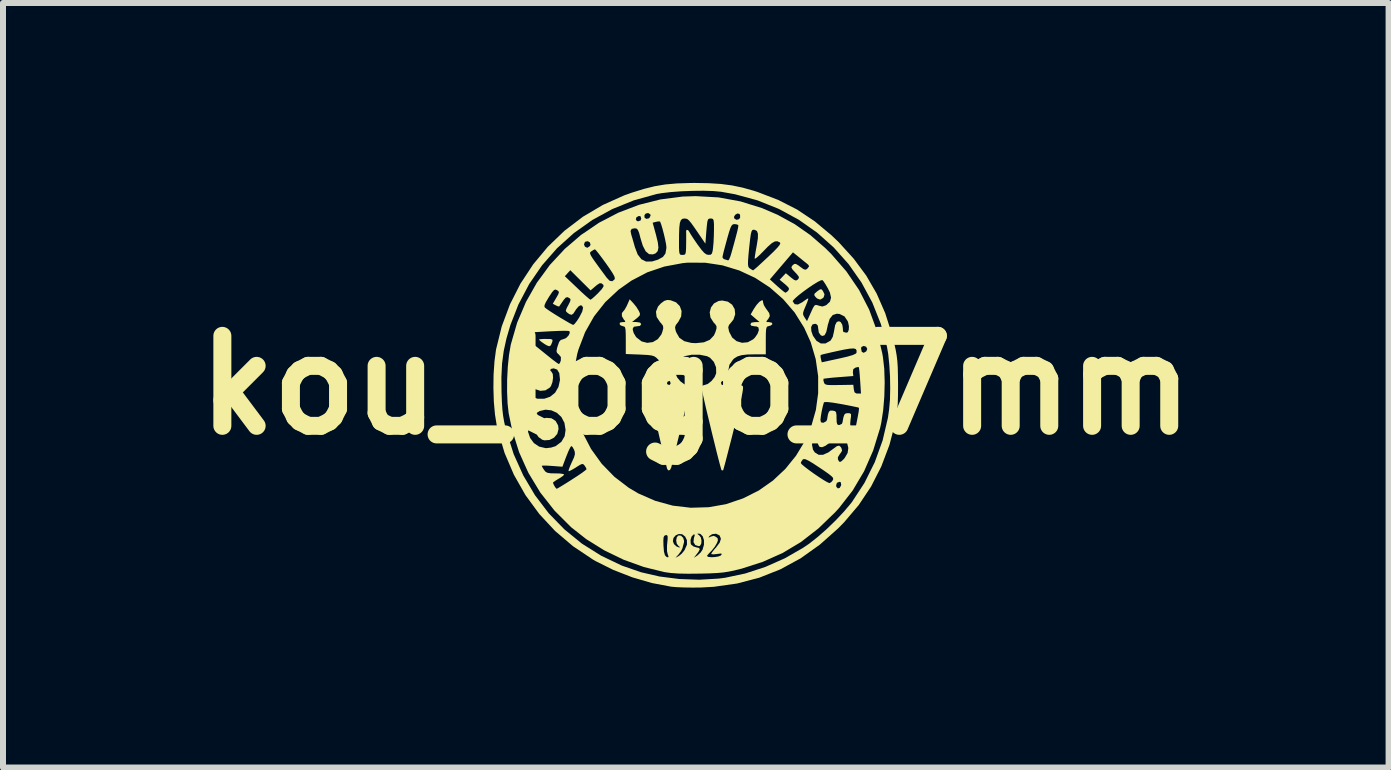
<source format=kicad_pcb>
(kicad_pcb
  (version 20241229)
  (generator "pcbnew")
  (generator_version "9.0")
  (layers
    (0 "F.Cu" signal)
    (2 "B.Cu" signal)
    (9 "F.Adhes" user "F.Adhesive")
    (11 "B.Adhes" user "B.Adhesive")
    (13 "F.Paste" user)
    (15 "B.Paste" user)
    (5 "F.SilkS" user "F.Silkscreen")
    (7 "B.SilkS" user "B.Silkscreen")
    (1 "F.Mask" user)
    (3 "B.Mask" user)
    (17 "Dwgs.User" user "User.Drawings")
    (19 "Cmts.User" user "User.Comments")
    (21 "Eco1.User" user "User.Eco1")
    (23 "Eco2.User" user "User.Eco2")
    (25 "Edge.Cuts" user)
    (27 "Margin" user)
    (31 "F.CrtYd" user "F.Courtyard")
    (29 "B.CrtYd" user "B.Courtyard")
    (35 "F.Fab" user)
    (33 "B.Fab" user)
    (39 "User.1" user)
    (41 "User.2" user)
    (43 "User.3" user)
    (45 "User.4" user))
  (footprint "kou_logo_7mm"
    (layer "F.Cu")
    (at 8.55 3.371)
    (property "Reference" "kou_logo_7mm" (at 0 0 0) (layer "F.SilkS") (effects (font (size 1.5 1.5) (thickness 0.3))))
    (attr board_only exclude_from_pos_files exclude_from_bom)
    (fp_poly (pts (xy -2.427 -0.769) (xy -2.395 -0.761) (xy -2.388 -0.741) (xy -2.394 -0.718) (xy -2.416 -0.664) (xy -2.444 -0.648) (xy -2.49 -0.666) (xy -2.528 -0.69) (xy -2.58 -0.727) (xy -2.611 -0.754) (xy -2.615 -0.76) (xy -2.594 -0.766) (xy -2.54 -0.77) (xy -2.496 -0.77)) (stroke (width 0) (type solid)) (fill yes) (layer "F.SilkS"))
    (fp_poly (pts (xy 2.116 -1.575) (xy 2.118 -1.573) (xy 2.146 -1.514) (xy 2.132 -1.466) (xy 2.12 -1.452) (xy 2.073 -1.426) (xy 2.024 -1.444) (xy 1.998 -1.468) (xy 1.975 -1.5) (xy 1.98 -1.525) (xy 2.018 -1.559) (xy 2.023 -1.563) (xy 2.068 -1.595) (xy 2.093 -1.599)) (stroke (width 0) (type solid)) (fill yes) (layer "F.SilkS"))
    (fp_poly (pts (xy -2.407 0.552) (xy -2.338 0.596) (xy -2.296 0.67) (xy -2.288 0.73) (xy -2.309 0.811) (xy -2.363 0.875) (xy -2.439 0.914) (xy -2.523 0.92) (xy -2.56 0.91) (xy -2.623 0.865) (xy -2.669 0.795) (xy -2.685 0.731) (xy -2.664 0.662) (xy -2.609 0.599) (xy -2.534 0.556) (xy -2.494 0.545)) (stroke (width 0) (type solid)) (fill yes) (layer "F.SilkS"))
    (fp_poly (pts (xy 0.215 -3.367) (xy 0.419 -3.354) (xy 0.603 -3.33) (xy 0.78 -3.293) (xy 0.962 -3.242) (xy 1.03 -3.22) (xy 1.376 -3.087) (xy 1.69 -2.927) (xy 1.981 -2.733) (xy 2.259 -2.501) (xy 2.383 -2.383) (xy 2.632 -2.109) (xy 2.842 -1.826) (xy 3.016 -1.525) (xy 3.158 -1.2) (xy 3.271 -0.845) (xy 3.31 -0.689) (xy 3.333 -0.586) (xy 3.349 -0.494) (xy 3.36 -0.402) (xy 3.367 -0.297) (xy 3.37 -0.168) (xy 3.372 -0.012) (xy 3.371 0.168) (xy 3.367 0.311) (xy 3.358 0.428) (xy 3.345 0.529) (xy 3.331 0.606) (xy 3.228 0.998) (xy 3.092 1.357) (xy 2.923 1.689) (xy 2.717 1.998) (xy 2.472 2.287) (xy 2.373 2.388) (xy 2.068 2.659) (xy 1.748 2.887) (xy 1.412 3.07) (xy 1.059 3.21) (xy 0.689 3.307) (xy 0.3 3.362) (xy 0.082 3.374) (xy -0.055 3.375) (xy -0.193 3.373) (xy -0.316 3.368) (xy -0.409 3.36) (xy -0.415 3.359) (xy -0.732 3.299) (xy -1.058 3.204) (xy -1.376 3.08) (xy -1.671 2.933) (xy -1.716 2.907) (xy -2.046 2.686) (xy -2.345 2.432) (xy -2.61 2.147) (xy -2.84 1.833) (xy -3.033 1.493) (xy -3.188 1.13) (xy -3.302 0.746) (xy -3.319 0.67) (xy -3.348 0.488) (xy -3.367 0.276) (xy -3.374 0.048) (xy -3.372 -0.132) (xy -3.241 -0.132) (xy -3.239 0.113) (xy -3.233 0.273) (xy -3.225 0.4) (xy -3.213 0.506) (xy -3.196 0.606) (xy -3.172 0.712) (xy -3.157 0.77) (xy -3.036 1.151) (xy -2.876 1.506) (xy -2.681 1.835) (xy -2.452 2.136) (xy -2.19 2.405) (xy -1.899 2.642) (xy -1.579 2.843) (xy -1.234 3.008) (xy -0.914 3.119) (xy -0.606 3.19) (xy -0.277 3.232) (xy 0.058 3.244) (xy 0.382 3.225) (xy 0.49 3.211) (xy 0.825 3.14) (xy 1.161 3.03) (xy 1.486 2.886) (xy 1.787 2.713) (xy 1.892 2.642) (xy 2.031 2.532) (xy 2.183 2.399) (xy 2.334 2.253) (xy 2.472 2.106) (xy 2.586 1.971) (xy 2.601 1.952) (xy 2.812 1.63) (xy 2.984 1.284) (xy 3.115 0.921) (xy 3.203 0.545) (xy 3.223 0.406) (xy 3.237 0.245) (xy 3.241 0.056) (xy 3.238 -0.144) (xy 3.226 -0.341) (xy 3.208 -0.519) (xy 3.187 -0.642) (xy 3.085 -1.02) (xy 2.943 -1.377) (xy 2.763 -1.71) (xy 2.548 -2.017) (xy 2.3 -2.295) (xy 2.022 -2.543) (xy 1.716 -2.758) (xy 1.385 -2.938) (xy 1.031 -3.08) (xy 0.656 -3.182) (xy 0.422 -3.224) (xy 0.291 -3.236) (xy 0.128 -3.241) (xy -0.053 -3.239) (xy -0.239 -3.232) (xy -0.415 -3.219) (xy -0.568 -3.201) (xy -0.654 -3.186) (xy -1.033 -3.081) (xy -1.391 -2.936) (xy -1.726 -2.753) (xy -2.034 -2.534) (xy -2.314 -2.282) (xy -2.563 -1.998) (xy -2.778 -1.685) (xy -2.957 -1.345) (xy -3.091 -1.002) (xy -3.156 -0.78) (xy -3.202 -0.571) (xy -3.23 -0.36) (xy -3.241 -0.132) (xy -3.372 -0.132) (xy -3.371 -0.182) (xy -3.356 -0.399) (xy -3.331 -0.589) (xy -3.33 -0.595) (xy -3.235 -0.98) (xy -3.098 -1.347) (xy -2.923 -1.692) (xy -2.711 -2.014) (xy -2.466 -2.308) (xy -2.189 -2.574) (xy -1.883 -2.807) (xy -1.55 -3.004) (xy -1.193 -3.164) (xy -1.066 -3.209) (xy -0.867 -3.271) (xy -0.686 -3.316) (xy -0.507 -3.346) (xy -0.316 -3.363) (xy -0.098 -3.37) (xy -0.023 -3.371)) (stroke (width 0) (type solid)) (fill yes) (layer "F.SilkS"))
    (fp_poly (pts (xy -1.041 -1.366) (xy -0.99 -1.303) (xy -0.95 -1.238) (xy -0.948 -1.235) (xy -0.93 -1.191) (xy -0.936 -1.16) (xy -0.972 -1.125) (xy -0.989 -1.111) (xy -1.062 -1.053) (xy -0.986 -1.052) (xy -0.928 -1.042) (xy -0.91 -1.016) (xy -0.931 -0.988) (xy -0.981 -0.981) (xy -1.031 -0.974) (xy -1.049 -0.948) (xy -1.051 -0.923) (xy -1.035 -0.868) (xy -0.998 -0.806) (xy -0.986 -0.793) (xy -0.903 -0.729) (xy -0.809 -0.705) (xy -0.716 -0.718) (xy -0.634 -0.766) (xy -0.574 -0.845) (xy -0.558 -0.887) (xy -0.542 -0.949) (xy -0.547 -0.99) (xy -0.578 -1.032) (xy -0.596 -1.051) (xy -0.653 -1.137) (xy -0.664 -1.225) (xy -0.63 -1.31) (xy -0.585 -1.36) (xy -0.527 -1.404) (xy -0.477 -1.42) (xy -0.423 -1.416) (xy -0.33 -1.381) (xy -0.267 -1.318) (xy -0.237 -1.236) (xy -0.244 -1.145) (xy -0.291 -1.056) (xy -0.296 -1.05) (xy -0.334 -1.001) (xy -0.346 -0.962) (xy -0.337 -0.913) (xy -0.325 -0.879) (xy -0.274 -0.79) (xy -0.192 -0.733) (xy -0.075 -0.704) (xy 0 -0.7) (xy 0.135 -0.714) (xy 0.234 -0.756) (xy 0.302 -0.828) (xy 0.326 -0.881) (xy 0.345 -0.943) (xy 0.345 -0.983) (xy 0.322 -1.019) (xy 0.297 -1.045) (xy 0.245 -1.127) (xy 0.232 -1.213) (xy 0.253 -1.295) (xy 0.303 -1.362) (xy 0.38 -1.403) (xy 0.44 -1.411) (xy 0.535 -1.392) (xy 0.606 -1.341) (xy 0.648 -1.268) (xy 0.657 -1.183) (xy 0.629 -1.096) (xy 0.591 -1.047) (xy 0.553 -1.002) (xy 0.541 -0.964) (xy 0.551 -0.911) (xy 0.558 -0.887) (xy 0.606 -0.794) (xy 0.681 -0.733) (xy 0.771 -0.706) (xy 0.866 -0.715) (xy 0.954 -0.762) (xy 0.986 -0.793) (xy 1.028 -0.853) (xy 1.05 -0.911) (xy 1.051 -0.923) (xy 1.043 -0.964) (xy 1.011 -0.979) (xy 0.981 -0.981) (xy 0.925 -0.991) (xy 0.91 -1.016) (xy 0.93 -1.043) (xy 0.986 -1.051) (xy 1.062 -1.052) (xy 0.989 -1.115) (xy 0.915 -1.179) (xy 0.968 -1.271) (xy 1.012 -1.336) (xy 1.058 -1.387) (xy 1.071 -1.397) (xy 1.107 -1.417) (xy 1.12 -1.405) (xy 1.121 -1.382) (xy 1.135 -1.333) (xy 1.171 -1.275) (xy 1.179 -1.265) (xy 1.224 -1.201) (xy 1.234 -1.152) (xy 1.209 -1.105) (xy 1.199 -1.093) (xy 1.175 -1.063) (xy 1.187 -1.052) (xy 1.224 -1.051) (xy 1.269 -1.04) (xy 1.277 -1.016) (xy 1.248 -0.993) (xy 1.218 -0.985) (xy 1.195 -0.979) (xy 1.18 -0.962) (xy 1.172 -0.928) (xy 1.168 -0.865) (xy 1.167 -0.766) (xy 1.167 -0.745) (xy 1.167 -0.514) (xy 0.995 -0.514) (xy 0.862 -0.511) (xy 0.765 -0.5) (xy 0.695 -0.479) (xy 0.641 -0.446) (xy 0.62 -0.426) (xy 0.561 -0.34) (xy 0.543 -0.247) (xy 0.565 -0.157) (xy 0.622 -0.077) (xy 0.713 -0.014) (xy 0.774 0.009) (xy 0.783 0.016) (xy 0.788 0.036) (xy 0.786 0.071) (xy 0.777 0.128) (xy 0.761 0.209) (xy 0.735 0.321) (xy 0.7 0.467) (xy 0.654 0.653) (xy 0.639 0.715) (xy 0.596 0.888) (xy 0.555 1.046) (xy 0.52 1.183) (xy 0.491 1.294) (xy 0.469 1.374) (xy 0.457 1.416) (xy 0.455 1.421) (xy 0.431 1.419) (xy 0.429 1.418) (xy 0.421 1.392) (xy 0.403 1.328) (xy 0.378 1.233) (xy 0.347 1.112) (xy 0.313 0.973) (xy 0.276 0.824) (xy 0.239 0.669) (xy 0.202 0.517) (xy 0.168 0.375) (xy 0.139 0.248) (xy 0.116 0.145) (xy 0.1 0.072) (xy 0.093 0.035) (xy 0.093 0.033) (xy 0.113 0.006) (xy 0.138 0) (xy 0.2 -0.02) (xy 0.219 -0.035) (xy 0.42 -0.035) (xy 0.433 -0.004) (xy 0.444 0) (xy 0.464 -0.019) (xy 0.467 -0.035) (xy 0.454 -0.066) (xy 0.444 -0.07) (xy 0.423 -0.051) (xy 0.42 -0.035) (xy 0.219 -0.035) (xy 0.263 -0.07) (xy 0.315 -0.136) (xy 0.34 -0.199) (xy 0.338 -0.297) (xy 0.301 -0.388) (xy 0.237 -0.457) (xy 0.187 -0.483) (xy 0.066 -0.507) (xy -0.067 -0.507) (xy -0.187 -0.483) (xy -0.264 -0.434) (xy -0.319 -0.355) (xy -0.344 -0.259) (xy -0.34 -0.199) (xy -0.311 -0.129) (xy -0.257 -0.064) (xy -0.193 -0.016) (xy -0.138 0) (xy -0.101 0.015) (xy -0.093 0.035) (xy -0.099 0.066) (xy -0.114 0.136) (xy -0.137 0.239) (xy -0.167 0.369) (xy -0.203 0.519) (xy -0.242 0.683) (xy -0.245 0.694) (xy -0.285 0.861) (xy -0.322 1.014) (xy -0.355 1.148) (xy -0.381 1.257) (xy -0.4 1.333) (xy -0.409 1.371) (xy -0.409 1.372) (xy -0.43 1.414) (xy -0.458 1.422) (xy -0.478 1.395) (xy -0.488 1.356) (xy -0.507 1.281) (xy -0.532 1.176) (xy -0.563 1.049) (xy -0.597 0.906) (xy -0.632 0.754) (xy -0.668 0.601) (xy -0.702 0.453) (xy -0.733 0.318) (xy -0.76 0.202) (xy -0.779 0.113) (xy -0.791 0.057) (xy -0.794 0.042) (xy -0.774 0.014) (xy -0.725 -0.011) (xy -0.72 -0.013) (xy -0.699 -0.025) (xy -0.48 -0.025) (xy -0.474 -0.015) (xy -0.44 -0.001) (xy -0.421 -0.026) (xy -0.42 -0.035) (xy -0.432 -0.066) (xy -0.442 -0.07) (xy -0.473 -0.055) (xy -0.48 -0.025) (xy -0.699 -0.025) (xy -0.634 -0.061) (xy -0.575 -0.142) (xy -0.55 -0.243) (xy -0.55 -0.258) (xy -0.559 -0.331) (xy -0.593 -0.391) (xy -0.625 -0.425) (xy -0.661 -0.46) (xy -0.695 -0.482) (xy -0.739 -0.495) (xy -0.802 -0.503) (xy -0.898 -0.508) (xy -0.933 -0.51) (xy -1.167 -0.519) (xy -1.167 -0.75) (xy -1.168 -0.856) (xy -1.171 -0.923) (xy -1.179 -0.961) (xy -1.192 -0.977) (xy -1.211 -0.981) (xy -1.255 -0.997) (xy -1.269 -1.016) (xy -1.266 -1.042) (xy -1.226 -1.051) (xy -1.221 -1.051) (xy -1.179 -1.053) (xy -1.178 -1.069) (xy -1.199 -1.093) (xy -1.232 -1.15) (xy -1.232 -1.201) (xy -1.212 -1.227) (xy -1.187 -1.257) (xy -1.155 -1.313) (xy -1.144 -1.337) (xy -1.102 -1.431)) (stroke (width 0) (type solid)) (fill yes) (layer "F.SilkS"))
    (fp_poly (pts (xy 0.38 -3.13) (xy 0.746 -3.063) (xy 1.103 -2.952) (xy 1.366 -2.839) (xy 1.649 -2.684) (xy 1.908 -2.503) (xy 2.156 -2.288) (xy 2.258 -2.187) (xy 2.511 -1.896) (xy 2.721 -1.588) (xy 2.89 -1.26) (xy 3.018 -0.91) (xy 3.108 -0.534) (xy 3.12 -0.467) (xy 3.142 -0.27) (xy 3.149 -0.046) (xy 3.143 0.189) (xy 3.124 0.419) (xy 3.092 0.628) (xy 3.073 0.714) (xy 2.957 1.09) (xy 2.805 1.437) (xy 2.615 1.757) (xy 2.388 2.049) (xy 2.321 2.122) (xy 2.044 2.389) (xy 1.755 2.614) (xy 1.448 2.798) (xy 1.119 2.945) (xy 0.762 3.06) (xy 0.747 3.063) (xy 0.64 3.09) (xy 0.547 3.109) (xy 0.456 3.123) (xy 0.355 3.132) (xy 0.232 3.138) (xy 0.075 3.142) (xy 0.07 3.142) (xy -0.126 3.144) (xy -0.285 3.141) (xy -0.413 3.132) (xy -0.521 3.117) (xy -0.525 3.116) (xy -0.867 3.032) (xy -1.204 2.91) (xy -1.526 2.754) (xy -1.788 2.591) (xy -0.541 2.591) (xy -0.539 2.673) (xy -0.531 2.775) (xy -0.514 2.837) (xy -0.485 2.866) (xy -0.46 2.871) (xy -0.455 2.854) (xy -0.467 2.824) (xy -0.48 2.767) (xy -0.48 2.675) (xy -0.476 2.635) (xy -0.473 2.602) (xy -0.382 2.602) (xy -0.364 2.65) (xy -0.322 2.689) (xy -0.289 2.703) (xy -0.259 2.706) (xy -0.271 2.694) (xy -0.286 2.684) (xy -0.317 2.644) (xy -0.327 2.587) (xy -0.316 2.534) (xy -0.288 2.505) (xy -0.246 2.51) (xy -0.211 2.545) (xy -0.195 2.597) (xy -0.198 2.626) (xy -0.215 2.689) (xy -0.222 2.718) (xy -0.245 2.766) (xy -0.285 2.819) (xy -0.285 2.82) (xy -0.339 2.878) (xy -0.285 2.85) (xy -0.236 2.811) (xy -0.189 2.753) (xy -0.186 2.747) (xy -0.147 2.659) (xy -0.148 2.583) (xy -0.149 2.582) (xy -0.088 2.582) (xy -0.085 2.64) (xy -0.077 2.659) (xy -0.037 2.69) (xy 0.008 2.704) (xy 0.055 2.715) (xy 0.066 2.738) (xy 0.043 2.781) (xy 0.019 2.813) (xy -0.032 2.878) (xy 0.013 2.849) (xy 0.187 2.849) (xy 0.207 2.863) (xy 0.256 2.869) (xy 0.319 2.866) (xy 0.378 2.856) (xy 0.417 2.84) (xy 0.421 2.836) (xy 0.434 2.814) (xy 0.419 2.807) (xy 0.368 2.813) (xy 0.354 2.815) (xy 0.294 2.821) (xy 0.26 2.817) (xy 0.257 2.813) (xy 0.271 2.787) (xy 0.308 2.74) (xy 0.339 2.705) (xy 0.399 2.625) (xy 0.419 2.561) (xy 0.398 2.509) (xy 0.392 2.503) (xy 0.338 2.477) (xy 0.274 2.484) (xy 0.23 2.513) (xy 0.211 2.54) (xy 0.226 2.537) (xy 0.248 2.526) (xy 0.299 2.512) (xy 0.339 2.531) (xy 0.367 2.558) (xy 0.367 2.594) (xy 0.353 2.632) (xy 0.315 2.696) (xy 0.263 2.761) (xy 0.255 2.768) (xy 0.212 2.813) (xy 0.188 2.844) (xy 0.187 2.849) (xy 0.013 2.849) (xy 0.027 2.84) (xy 0.081 2.79) (xy 0.113 2.742) (xy 0.136 2.661) (xy 0.136 2.583) (xy 0.115 2.519) (xy 0.077 2.481) (xy 0.052 2.475) (xy 0.024 2.478) (xy 0.038 2.491) (xy 0.053 2.5) (xy 0.083 2.537) (xy 0.095 2.59) (xy 0.091 2.643) (xy 0.069 2.679) (xy 0.05 2.685) (xy -0.009 2.666) (xy -0.038 2.618) (xy -0.032 2.55) (xy -0.03 2.545) (xy -0.017 2.499) (xy -0.025 2.487) (xy -0.038 2.491) (xy -0.07 2.524) (xy -0.088 2.582) (xy -0.149 2.582) (xy -0.177 2.525) (xy -0.226 2.486) (xy -0.282 2.481) (xy -0.335 2.504) (xy -0.372 2.547) (xy -0.382 2.602) (xy -0.473 2.602) (xy -0.469 2.557) (xy -0.47 2.516) (xy -0.482 2.501) (xy -0.503 2.501) (xy -0.525 2.512) (xy -0.537 2.538) (xy -0.541 2.591) (xy -1.788 2.591) (xy -1.824 2.569) (xy -2.078 2.369) (xy -2.355 2.092) (xy -2.592 1.791) (xy -2.789 1.465) (xy -2.844 1.345) (xy -2.568 1.345) (xy -2.557 1.37) (xy -2.53 1.413) (xy -2.504 1.445) (xy -2.47 1.462) (xy -2.414 1.47) (xy -2.344 1.471) (xy -2.267 1.473) (xy -2.213 1.481) (xy -2.194 1.49) (xy -2.213 1.512) (xy -2.26 1.545) (xy -2.288 1.561) (xy -2.343 1.595) (xy -2.377 1.62) (xy -2.381 1.626) (xy -2.37 1.657) (xy -2.347 1.698) (xy -2.324 1.725) (xy -2.319 1.728) (xy -2.295 1.716) (xy -2.24 1.683) (xy -2.162 1.635) (xy -2.069 1.576) (xy -2.063 1.572) (xy -1.97 1.512) (xy -1.894 1.46) (xy -1.842 1.421) (xy -1.821 1.402) (xy -1.821 1.402) (xy -1.833 1.373) (xy -1.853 1.342) (xy -1.874 1.319) (xy -1.897 1.314) (xy -1.934 1.331) (xy -1.998 1.371) (xy -1.998 1.372) (xy -2.061 1.409) (xy -2.106 1.432) (xy -2.122 1.434) (xy -2.118 1.409) (xy -2.098 1.355) (xy -2.067 1.285) (xy -2.031 1.207) (xy -2.016 1.155) (xy -2.017 1.114) (xy -2.03 1.076) (xy -2.055 1.031) (xy -2.077 1.015) (xy -2.078 1.016) (xy -2.095 1.042) (xy -2.123 1.1) (xy -2.155 1.179) (xy -2.161 1.194) (xy -2.224 1.36) (xy -2.396 1.347) (xy -2.479 1.342) (xy -2.54 1.341) (xy -2.567 1.344) (xy -2.568 1.345) (xy -2.844 1.345) (xy -2.946 1.117) (xy -3.052 0.78) (xy -2.796 0.78) (xy -2.762 0.881) (xy -2.699 0.966) (xy -2.611 1.025) (xy -2.503 1.05) (xy -2.491 1.05) (xy -2.412 1.041) (xy -2.339 1.018) (xy -2.335 1.016) (xy -2.241 0.945) (xy -2.186 0.851) (xy -2.171 0.747) (xy -2.19 0.628) (xy -2.241 0.531) (xy -2.316 0.461) (xy -2.407 0.42) (xy -2.506 0.409) (xy -2.604 0.432) (xy -2.694 0.491) (xy -2.756 0.567) (xy -2.796 0.673) (xy -2.796 0.78) (xy -3.052 0.78) (xy -3.062 0.747) (xy -3.12 0.467) (xy -3.138 0.304) (xy -3.146 0.11) (xy -3.145 -0.098) (xy -2.895 -0.098) (xy -2.875 0.023) (xy -2.821 0.122) (xy -2.739 0.191) (xy -2.638 0.227) (xy -2.524 0.226) (xy -2.428 0.193) (xy -2.346 0.127) (xy -2.29 0.031) (xy -2.265 -0.081) (xy -2.039 -0.081) (xy -2.038 0.15) (xy -2.016 0.367) (xy -1.988 0.502) (xy -1.887 0.793) (xy -1.746 1.064) (xy -1.569 1.31) (xy -1.358 1.527) (xy -1.116 1.712) (xy -0.955 1.807) (xy -0.675 1.929) (xy -0.383 2.009) (xy -0.084 2.044) (xy 0.216 2.035) (xy 0.501 1.985) (xy 0.788 1.888) (xy 1.051 1.756) (xy 1.168 1.674) (xy 2.339 1.674) (xy 2.344 1.696) (xy 2.369 1.722) (xy 2.4 1.712) (xy 2.422 1.672) (xy 2.424 1.662) (xy 2.417 1.619) (xy 2.396 1.611) (xy 2.352 1.629) (xy 2.339 1.674) (xy 1.168 1.674) (xy 1.286 1.591) (xy 1.493 1.397) (xy 1.572 1.299) (xy 1.751 1.299) (xy 1.769 1.322) (xy 1.818 1.363) (xy 1.887 1.416) (xy 1.969 1.475) (xy 2.053 1.532) (xy 2.13 1.582) (xy 2.192 1.618) (xy 2.228 1.633) (xy 2.23 1.633) (xy 2.259 1.616) (xy 2.282 1.588) (xy 2.291 1.567) (xy 2.287 1.545) (xy 2.263 1.518) (xy 2.214 1.479) (xy 2.136 1.424) (xy 2.064 1.376) (xy 1.958 1.306) (xy 1.883 1.261) (xy 1.833 1.237) (xy 1.801 1.232) (xy 1.784 1.239) (xy 1.756 1.279) (xy 1.751 1.299) (xy 1.572 1.299) (xy 1.67 1.178) (xy 1.782 0.993) (xy 1.937 0.993) (xy 1.954 1.076) (xy 1.984 1.121) (xy 2.048 1.161) (xy 2.121 1.161) (xy 2.209 1.122) (xy 2.295 1.059) (xy 2.353 1.017) (xy 2.39 1.008) (xy 2.417 1.032) (xy 2.428 1.05) (xy 2.439 1.092) (xy 2.415 1.133) (xy 2.404 1.145) (xy 2.369 1.202) (xy 2.37 1.239) (xy 2.39 1.276) (xy 2.418 1.277) (xy 2.461 1.239) (xy 2.484 1.212) (xy 2.531 1.131) (xy 2.543 1.048) (xy 2.525 0.972) (xy 2.478 0.916) (xy 2.407 0.888) (xy 2.387 0.887) (xy 2.326 0.902) (xy 2.258 0.94) (xy 2.241 0.953) (xy 2.162 1.011) (xy 2.106 1.035) (xy 2.067 1.029) (xy 2.057 1.021) (xy 2.033 0.973) (xy 2.052 0.919) (xy 2.09 0.877) (xy 2.13 0.824) (xy 2.134 0.785) (xy 2.105 0.751) (xy 2.061 0.76) (xy 2.003 0.813) (xy 1.998 0.819) (xy 1.951 0.902) (xy 1.937 0.993) (xy 1.782 0.993) (xy 1.815 0.939) (xy 1.926 0.683) (xy 1.955 0.579) (xy 2.078 0.579) (xy 2.087 0.62) (xy 2.123 0.627) (xy 2.13 0.626) (xy 2.176 0.601) (xy 2.189 0.572) (xy 2.203 0.489) (xy 2.219 0.444) (xy 2.241 0.425) (xy 2.277 0.424) (xy 2.283 0.425) (xy 2.321 0.433) (xy 2.339 0.454) (xy 2.346 0.501) (xy 2.346 0.549) (xy 2.349 0.619) (xy 2.359 0.654) (xy 2.382 0.665) (xy 2.393 0.665) (xy 2.435 0.646) (xy 2.446 0.619) (xy 2.461 0.537) (xy 2.477 0.491) (xy 2.5 0.471) (xy 2.536 0.467) (xy 2.572 0.47) (xy 2.588 0.486) (xy 2.587 0.528) (xy 2.58 0.575) (xy 2.574 0.651) (xy 2.584 0.693) (xy 2.595 0.703) (xy 2.639 0.722) (xy 2.663 0.7) (xy 2.672 0.671) (xy 2.699 0.534) (xy 2.716 0.439) (xy 2.721 0.387) (xy 2.719 0.377) (xy 2.694 0.369) (xy 2.632 0.356) (xy 2.543 0.338) (xy 2.434 0.317) (xy 2.427 0.316) (xy 2.292 0.293) (xy 2.2 0.282) (xy 2.149 0.282) (xy 2.135 0.29) (xy 2.118 0.35) (xy 2.1 0.431) (xy 2.086 0.512) (xy 2.079 0.573) (xy 2.078 0.579) (xy 1.955 0.579) (xy 2.002 0.413) (xy 2.04 0.135) (xy 2.04 -0.079) (xy 2.128 -0.079) (xy 2.136 -0.047) (xy 2.146 -0.025) (xy 2.165 -0.011) (xy 2.202 -0.003) (xy 2.266 -0.001) (xy 2.366 -0.002) (xy 2.389 -0.002) (xy 2.626 -0.006) (xy 2.634 0.067) (xy 2.646 0.119) (xy 2.675 0.138) (xy 2.698 0.14) (xy 2.754 0.14) (xy 2.74 -0.076) (xy 2.733 -0.171) (xy 2.726 -0.246) (xy 2.72 -0.292) (xy 2.718 -0.3) (xy 2.694 -0.3) (xy 2.662 -0.292) (xy 2.625 -0.266) (xy 2.619 -0.215) (xy 2.619 -0.214) (xy 2.626 -0.152) (xy 2.382 -0.133) (xy 2.281 -0.125) (xy 2.198 -0.116) (xy 2.144 -0.109) (xy 2.129 -0.106) (xy 2.128 -0.079) (xy 2.04 -0.079) (xy 2.04 -0.149) (xy 1.999 -0.434) (xy 1.987 -0.475) (xy 2.079 -0.475) (xy 2.086 -0.437) (xy 2.1 -0.381) (xy 2.387 -0.443) (xy 2.525 -0.475) (xy 2.618 -0.502) (xy 2.668 -0.526) (xy 2.679 -0.538) (xy 2.681 -0.578) (xy 2.667 -0.602) (xy 2.636 -0.611) (xy 2.755 -0.611) (xy 2.767 -0.556) (xy 2.799 -0.539) (xy 2.842 -0.563) (xy 2.859 -0.604) (xy 2.839 -0.641) (xy 2.799 -0.654) (xy 2.761 -0.636) (xy 2.755 -0.611) (xy 2.636 -0.611) (xy 2.63 -0.612) (xy 2.564 -0.608) (xy 2.464 -0.591) (xy 2.369 -0.571) (xy 2.261 -0.547) (xy 2.171 -0.526) (xy 2.108 -0.511) (xy 2.082 -0.502) (xy 2.082 -0.502) (xy 2.079 -0.475) (xy 1.987 -0.475) (xy 1.916 -0.716) (xy 1.807 -0.957) (xy 1.8 -0.968) (xy 1.923 -0.968) (xy 1.926 -0.901) (xy 1.953 -0.824) (xy 2.012 -0.739) (xy 2.084 -0.695) (xy 2.162 -0.695) (xy 2.241 -0.739) (xy 2.25 -0.748) (xy 2.284 -0.806) (xy 2.304 -0.896) (xy 2.306 -0.908) (xy 2.323 -1.001) (xy 2.351 -1.054) (xy 2.389 -1.065) (xy 2.416 -1.051) (xy 2.442 -1.007) (xy 2.451 -0.954) (xy 2.454 -0.906) (xy 2.461 -0.887) (xy 2.489 -0.88) (xy 2.505 -0.874) (xy 2.534 -0.882) (xy 2.55 -0.922) (xy 2.553 -0.982) (xy 2.539 -1.049) (xy 2.533 -1.066) (xy 2.479 -1.146) (xy 2.399 -1.186) (xy 2.351 -1.191) (xy 2.283 -1.169) (xy 2.232 -1.105) (xy 2.199 -0.997) (xy 2.197 -0.982) (xy 2.175 -0.885) (xy 2.147 -0.832) (xy 2.11 -0.82) (xy 2.083 -0.832) (xy 2.051 -0.877) (xy 2.042 -0.937) (xy 2.034 -0.993) (xy 2.009 -1.018) (xy 1.99 -1.023) (xy 1.945 -1.012) (xy 1.923 -0.968) (xy 1.8 -0.968) (xy 1.648 -1.211) (xy 1.489 -1.396) (xy 1.616 -1.396) (xy 1.649 -1.35) (xy 1.702 -1.344) (xy 1.772 -1.38) (xy 1.779 -1.385) (xy 1.832 -1.423) (xy 1.868 -1.445) (xy 1.874 -1.447) (xy 1.873 -1.428) (xy 1.856 -1.378) (xy 1.831 -1.318) (xy 1.8 -1.245) (xy 1.788 -1.2) (xy 1.792 -1.167) (xy 1.812 -1.131) (xy 1.814 -1.128) (xy 1.854 -1.067) (xy 1.918 -1.209) (xy 1.952 -1.284) (xy 1.977 -1.325) (xy 2 -1.338) (xy 2.031 -1.332) (xy 2.05 -1.325) (xy 2.111 -1.311) (xy 2.162 -1.328) (xy 2.18 -1.338) (xy 2.237 -1.392) (xy 2.255 -1.459) (xy 2.236 -1.544) (xy 2.204 -1.61) (xy 2.164 -1.679) (xy 2.129 -1.732) (xy 2.112 -1.751) (xy 2.084 -1.747) (xy 2.029 -1.719) (xy 1.956 -1.674) (xy 1.873 -1.618) (xy 1.789 -1.557) (xy 1.713 -1.498) (xy 1.654 -1.446) (xy 1.62 -1.409) (xy 1.616 -1.396) (xy 1.489 -1.396) (xy 1.455 -1.435) (xy 1.234 -1.629) (xy 1.029 -1.763) (xy 1.235 -1.763) (xy 1.357 -1.652) (xy 1.42 -1.597) (xy 1.469 -1.557) (xy 1.495 -1.541) (xy 1.496 -1.541) (xy 1.522 -1.557) (xy 1.542 -1.577) (xy 1.555 -1.604) (xy 1.542 -1.632) (xy 1.497 -1.675) (xy 1.485 -1.685) (xy 1.398 -1.757) (xy 1.449 -1.811) (xy 1.501 -1.866) (xy 1.584 -1.797) (xy 1.637 -1.756) (xy 1.67 -1.744) (xy 1.695 -1.756) (xy 1.702 -1.763) (xy 1.72 -1.787) (xy 1.713 -1.815) (xy 1.678 -1.858) (xy 1.658 -1.879) (xy 1.611 -1.93) (xy 1.594 -1.961) (xy 1.603 -1.985) (xy 1.616 -2) (xy 1.643 -2.021) (xy 1.671 -2.02) (xy 1.714 -1.994) (xy 1.74 -1.974) (xy 1.794 -1.935) (xy 1.826 -1.924) (xy 1.851 -1.935) (xy 1.864 -1.948) (xy 1.888 -1.979) (xy 1.879 -2.003) (xy 1.853 -2.026) (xy 1.804 -2.065) (xy 1.74 -2.117) (xy 1.712 -2.14) (xy 1.62 -2.214) (xy 1.427 -1.988) (xy 1.235 -1.763) (xy 1.029 -1.763) (xy 0.989 -1.789) (xy 0.724 -1.912) (xy 0.445 -1.997) (xy 0.336 -2.014) (xy 0.87 -2.014) (xy 0.875 -1.979) (xy 0.886 -1.958) (xy 0.901 -1.945) (xy 0.94 -1.921) (xy 0.956 -1.914) (xy 0.977 -1.93) (xy 1.025 -1.971) (xy 1.093 -2.034) (xy 1.176 -2.111) (xy 1.202 -2.135) (xy 1.297 -2.226) (xy 1.36 -2.291) (xy 1.396 -2.335) (xy 1.409 -2.362) (xy 1.403 -2.379) (xy 1.401 -2.38) (xy 1.36 -2.399) (xy 1.318 -2.396) (xy 1.267 -2.367) (xy 1.2 -2.308) (xy 1.135 -2.241) (xy 1.07 -2.175) (xy 1.018 -2.128) (xy 0.987 -2.107) (xy 0.981 -2.11) (xy 0.985 -2.147) (xy 0.996 -2.217) (xy 1.012 -2.306) (xy 1.017 -2.334) (xy 1.035 -2.449) (xy 1.036 -2.525) (xy 1.019 -2.57) (xy 0.983 -2.589) (xy 0.959 -2.591) (xy 0.942 -2.585) (xy 0.929 -2.562) (xy 0.917 -2.515) (xy 0.906 -2.436) (xy 0.893 -2.32) (xy 0.889 -2.283) (xy 0.877 -2.158) (xy 0.871 -2.071) (xy 0.87 -2.014) (xy 0.336 -2.014) (xy 0.156 -2.041) (xy -0.138 -2.042) (xy -0.219 -2.034) (xy -0.525 -1.977) (xy -0.808 -1.881) (xy -1.072 -1.743) (xy -1.286 -1.592) (xy -1.509 -1.384) (xy -1.696 -1.147) (xy -1.845 -0.884) (xy -1.956 -0.594) (xy -1.977 -0.519) (xy -2.018 -0.309) (xy -2.039 -0.081) (xy -2.265 -0.081) (xy -2.265 -0.083) (xy -2.265 -0.101) (xy -2.276 -0.201) (xy -2.312 -0.26) (xy -2.37 -0.28) (xy -2.417 -0.27) (xy -2.427 -0.245) (xy -2.405 -0.222) (xy -2.384 -0.185) (xy -2.38 -0.122) (xy -2.39 -0.05) (xy -2.414 0.014) (xy -2.432 0.039) (xy -2.505 0.086) (xy -2.591 0.095) (xy -2.679 0.066) (xy -2.733 0.025) (xy -2.782 -0.032) (xy -2.799 -0.086) (xy -2.786 -0.152) (xy -2.768 -0.199) (xy -2.734 -0.28) (xy -2.8 -0.28) (xy -2.849 -0.269) (xy -2.879 -0.231) (xy -2.892 -0.16) (xy -2.895 -0.098) (xy -3.145 -0.098) (xy -3.145 -0.099) (xy -3.134 -0.308) (xy -3.114 -0.503) (xy -3.086 -0.667) (xy -3.084 -0.677) (xy -3.06 -0.761) (xy -2.767 -0.761) (xy -2.756 -0.726) (xy -2.716 -0.689) (xy -2.703 -0.678) (xy -2.649 -0.636) (xy -2.573 -0.575) (xy -2.489 -0.507) (xy -2.463 -0.486) (xy -2.389 -0.427) (xy -2.328 -0.381) (xy -2.29 -0.355) (xy -2.282 -0.352) (xy -2.265 -0.37) (xy -2.25 -0.412) (xy -2.249 -0.469) (xy -2.284 -0.511) (xy -2.313 -0.538) (xy -2.322 -0.567) (xy -2.313 -0.617) (xy -2.302 -0.654) (xy -2.278 -0.721) (xy -2.25 -0.754) (xy -2.208 -0.766) (xy -2.162 -0.786) (xy -2.123 -0.825) (xy -2.101 -0.869) (xy -2.107 -0.901) (xy -2.135 -0.905) (xy -2.199 -0.906) (xy -2.292 -0.904) (xy -2.404 -0.899) (xy -2.425 -0.898) (xy -2.729 -0.881) (xy -2.754 -0.809) (xy -2.767 -0.761) (xy -3.06 -0.761) (xy -2.978 -1.043) (xy -2.867 -1.303) (xy -2.522 -1.303) (xy -2.515 -1.293) (xy -2.48 -1.266) (xy -2.418 -1.224) (xy -2.339 -1.174) (xy -2.253 -1.121) (xy -2.17 -1.072) (xy -2.101 -1.032) (xy -2.054 -1.008) (xy -2.042 -1.004) (xy -2.019 -1.023) (xy -1.981 -1.071) (xy -1.941 -1.133) (xy -1.893 -1.227) (xy -1.879 -1.291) (xy -1.897 -1.325) (xy -1.923 -1.331) (xy -1.955 -1.312) (xy -1.994 -1.266) (xy -2.005 -1.249) (xy -2.042 -1.192) (xy -2.073 -1.172) (xy -2.109 -1.185) (xy -2.135 -1.203) (xy -2.161 -1.226) (xy -2.166 -1.249) (xy -2.15 -1.289) (xy -2.126 -1.333) (xy -2.095 -1.395) (xy -2.088 -1.429) (xy -2.104 -1.45) (xy -2.104 -1.45) (xy -2.14 -1.467) (xy -2.169 -1.459) (xy -2.203 -1.42) (xy -2.22 -1.395) (xy -2.255 -1.345) (xy -2.276 -1.314) (xy -2.278 -1.311) (xy -2.3 -1.315) (xy -2.334 -1.33) (xy -2.384 -1.357) (xy -2.326 -1.456) (xy -2.292 -1.516) (xy -2.282 -1.549) (xy -2.292 -1.569) (xy -2.313 -1.583) (xy -2.339 -1.594) (xy -2.363 -1.586) (xy -2.394 -1.552) (xy -2.438 -1.486) (xy -2.451 -1.466) (xy -2.499 -1.385) (xy -2.522 -1.334) (xy -2.522 -1.303) (xy -2.867 -1.303) (xy -2.831 -1.388) (xy -2.649 -1.709) (xy -2.57 -1.816) (xy -2.183 -1.816) (xy -1.977 -1.62) (xy -1.897 -1.544) (xy -1.828 -1.482) (xy -1.779 -1.44) (xy -1.755 -1.424) (xy -1.755 -1.424) (xy -1.731 -1.44) (xy -1.685 -1.48) (xy -1.627 -1.536) (xy -1.568 -1.6) (xy -1.54 -1.642) (xy -1.539 -1.668) (xy -1.545 -1.676) (xy -1.575 -1.699) (xy -1.604 -1.698) (xy -1.648 -1.67) (xy -1.681 -1.642) (xy -1.754 -1.58) (xy -1.923 -1.748) (xy -2.092 -1.916) (xy -2.138 -1.866) (xy -2.183 -1.816) (xy -2.57 -1.816) (xy -2.433 -2.004) (xy -2.243 -2.208) (xy -1.763 -2.208) (xy -1.761 -2.189) (xy -1.748 -2.159) (xy -1.719 -2.113) (xy -1.671 -2.045) (xy -1.603 -1.951) (xy -1.51 -1.825) (xy -1.486 -1.792) (xy -1.436 -1.74) (xy -1.393 -1.732) (xy -1.356 -1.761) (xy -1.349 -1.782) (xy -1.359 -1.817) (xy -1.39 -1.872) (xy -1.443 -1.952) (xy -1.497 -2.029) (xy -1.563 -2.119) (xy -1.619 -2.193) (xy -1.66 -2.244) (xy -1.68 -2.264) (xy -1.681 -2.265) (xy -1.709 -2.252) (xy -1.74 -2.232) (xy -1.754 -2.221) (xy -1.763 -2.208) (xy -2.243 -2.208) (xy -2.186 -2.27) (xy -2.097 -2.346) (xy -1.864 -2.346) (xy -1.848 -2.308) (xy -1.811 -2.291) (xy -1.804 -2.292) (xy -1.765 -2.319) (xy -1.755 -2.341) (xy -1.766 -2.38) (xy -1.802 -2.4) (xy -1.843 -2.391) (xy -1.849 -2.386) (xy -1.864 -2.346) (xy -2.097 -2.346) (xy -1.911 -2.506) (xy -1.815 -2.57) (xy -1.088 -2.57) (xy -1.075 -2.506) (xy -1.057 -2.447) (xy -1.033 -2.364) (xy -1.016 -2.303) (xy -0.969 -2.179) (xy -0.907 -2.099) (xy -0.828 -2.06) (xy -0.728 -2.062) (xy -0.63 -2.092) (xy -0.561 -2.13) (xy 0.444 -2.13) (xy 0.466 -2.102) (xy 0.532 -2.082) (xy 0.542 -2.08) (xy 0.557 -2.099) (xy 0.578 -2.151) (xy 0.593 -2.2) (xy 0.637 -2.358) (xy 0.669 -2.477) (xy 0.691 -2.562) (xy 0.704 -2.619) (xy 0.709 -2.652) (xy 0.708 -2.669) (xy 0.706 -2.671) (xy 0.674 -2.682) (xy 0.641 -2.685) (xy 0.618 -2.68) (xy 0.598 -2.662) (xy 0.578 -2.622) (xy 0.555 -2.554) (xy 0.525 -2.45) (xy 0.517 -2.42) (xy 0.488 -2.313) (xy 0.464 -2.223) (xy 0.449 -2.158) (xy 0.444 -2.13) (xy -0.561 -2.13) (xy -0.549 -2.136) (xy -0.506 -2.194) (xy -0.491 -2.279) (xy -0.49 -2.3) (xy -0.496 -2.352) (xy -0.506 -2.402) (xy -0.28 -2.402) (xy -0.28 -2.297) (xy -0.277 -2.229) (xy -0.27 -2.192) (xy -0.257 -2.175) (xy -0.235 -2.171) (xy -0.222 -2.171) (xy -0.192 -2.173) (xy -0.175 -2.186) (xy -0.166 -2.22) (xy -0.162 -2.284) (xy -0.161 -2.352) (xy -0.16 -2.442) (xy -0.16 -2.516) (xy -0.161 -2.559) (xy -0.162 -2.562) (xy -0.154 -2.589) (xy -0.129 -2.585) (xy -0.108 -2.555) (xy -0.088 -2.52) (xy -0.049 -2.459) (xy 0.004 -2.381) (xy 0.029 -2.345) (xy 0.093 -2.259) (xy 0.14 -2.206) (xy 0.178 -2.179) (xy 0.213 -2.172) (xy 0.249 -2.175) (xy 0.269 -2.195) (xy 0.282 -2.243) (xy 0.288 -2.294) (xy 0.296 -2.381) (xy 0.301 -2.491) (xy 0.303 -2.597) (xy 0.303 -2.688) (xy 0.298 -2.742) (xy 0.288 -2.768) (xy 0.268 -2.777) (xy 0.248 -2.778) (xy 0.222 -2.776) (xy 0.204 -2.762) (xy 0.193 -2.728) (xy 0.185 -2.665) (xy 0.176 -2.569) (xy 0.16 -2.359) (xy 0.045 -2.528) (xy -0.025 -2.63) (xy -0.075 -2.7) (xy -0.111 -2.743) (xy -0.138 -2.767) (xy -0.163 -2.776) (xy -0.192 -2.778) (xy -0.192 -2.778) (xy -0.226 -2.772) (xy -0.25 -2.748) (xy -0.266 -2.702) (xy -0.275 -2.625) (xy -0.279 -2.514) (xy -0.28 -2.402) (xy -0.506 -2.402) (xy -0.511 -2.429) (xy -0.532 -2.519) (xy -0.555 -2.607) (xy -0.577 -2.68) (xy -0.594 -2.724) (xy -0.598 -2.728) (xy -0.623 -2.73) (xy -0.662 -2.723) (xy -0.719 -2.708) (xy -0.663 -2.504) (xy -0.633 -2.38) (xy -0.623 -2.292) (xy -0.635 -2.234) (xy -0.67 -2.197) (xy -0.715 -2.18) (xy -0.779 -2.184) (xy -0.835 -2.231) (xy -0.883 -2.323) (xy -0.922 -2.449) (xy -0.944 -2.535) (xy -0.964 -2.585) (xy -0.985 -2.609) (xy -1.014 -2.615) (xy -1.017 -2.615) (xy -1.069 -2.605) (xy -1.088 -2.57) (xy -1.815 -2.57) (xy -1.611 -2.709) (xy -1.502 -2.765) (xy -1 -2.765) (xy -0.984 -2.738) (xy -0.959 -2.731) (xy -0.919 -2.747) (xy -0.91 -2.78) (xy -0.923 -2.817) (xy -0.951 -2.82) (xy -0.989 -2.799) (xy -1 -2.765) (xy -1.502 -2.765) (xy -1.37 -2.834) (xy -0.856 -2.834) (xy -0.855 -2.793) (xy -0.825 -2.772) (xy -0.784 -2.78) (xy -0.773 -2.788) (xy -0.764 -2.807) (xy 0.637 -2.807) (xy 0.641 -2.78) (xy 0.677 -2.756) (xy 0.719 -2.766) (xy 0.739 -2.791) (xy 0.738 -2.837) (xy 0.727 -2.855) (xy 0.694 -2.862) (xy 0.658 -2.841) (xy 0.637 -2.807) (xy -0.764 -2.807) (xy -0.754 -2.826) (xy -0.757 -2.846) (xy -0.794 -2.87) (xy -0.836 -2.86) (xy -0.856 -2.834) (xy -1.37 -2.834) (xy -1.289 -2.876) (xy -0.948 -3.006) (xy -0.59 -3.096) (xy -0.219 -3.144) (xy 0 -3.151)) (stroke (width 0) (type solid)) (fill yes) (layer "F.SilkS")))
  (gr_rect
    (start -3 -3)
    (end 20.1 9.746)
    (stroke (width 0.1) (type default))
    (fill no)
    (layer "Edge.Cuts")))
</source>
